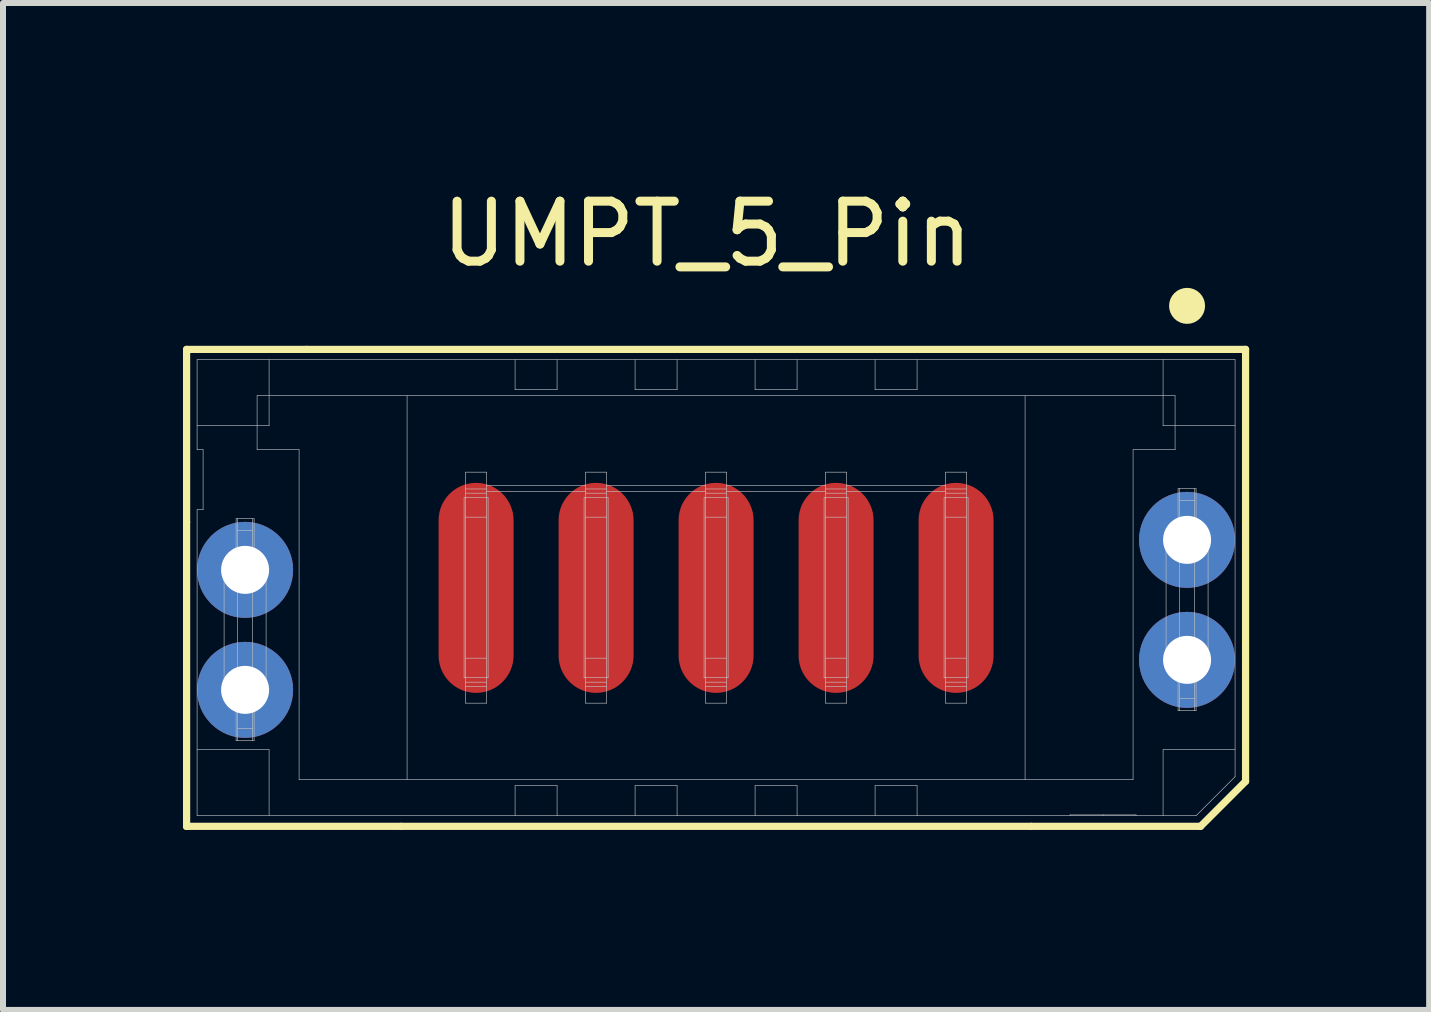
<source format=kicad_pcb>
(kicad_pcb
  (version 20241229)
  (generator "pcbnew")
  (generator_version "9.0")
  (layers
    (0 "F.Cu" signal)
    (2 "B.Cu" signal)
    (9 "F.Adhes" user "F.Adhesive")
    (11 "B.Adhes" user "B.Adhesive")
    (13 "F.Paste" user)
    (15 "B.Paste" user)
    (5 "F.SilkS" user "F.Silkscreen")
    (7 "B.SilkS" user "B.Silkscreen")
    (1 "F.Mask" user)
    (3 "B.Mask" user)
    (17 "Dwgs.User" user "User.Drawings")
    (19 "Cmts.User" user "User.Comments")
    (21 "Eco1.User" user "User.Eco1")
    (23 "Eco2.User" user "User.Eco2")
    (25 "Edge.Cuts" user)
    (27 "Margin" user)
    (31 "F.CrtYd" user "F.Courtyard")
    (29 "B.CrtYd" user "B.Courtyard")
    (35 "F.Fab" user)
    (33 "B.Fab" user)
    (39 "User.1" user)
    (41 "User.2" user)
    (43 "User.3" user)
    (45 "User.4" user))
  (footprint "UMPT_5_Pin"
    (layer "F.Cu")
    (at 8.885 6.748)
    (property "Reference" "UMPT_5_Pin" (at -0.15 -5.9 0) (layer "F.SilkS") (effects (font (size 1 1) (thickness 0.15))))
    (attr through_hole)
    (fp_line (start -8.825 -3.975) (end -6.825 -3.975) (stroke (width 0.12) (type solid)) (layer "F.SilkS"))
    (fp_line (start -8.825 -1.1) (end -8.825 -3.975) (stroke (width 0.12) (type solid)) (layer "F.SilkS"))
    (fp_line (start -8.825 3.975) (end -8.825 -1.1) (stroke (width 0.12) (type solid)) (layer "F.SilkS"))
    (fp_line (start -8.825 3.975) (end -5.25 3.975) (stroke (width 0.12) (type solid)) (layer "F.SilkS"))
    (fp_line (start -8.8 3.975) (end -8.825 3.975) (stroke (width 0.12) (type solid)) (layer "F.SilkS"))
    (fp_line (start -6.825 -3.975) (end 8.825 -3.975) (stroke (width 0.12) (type solid)) (layer "F.SilkS"))
    (fp_line (start -5.25 3.975) (end 5.25 3.975) (stroke (width 0.12) (type solid)) (layer "F.SilkS"))
    (fp_line (start 8.075 3.975) (end 5.25 3.975) (stroke (width 0.12) (type solid)) (layer "F.SilkS"))
    (fp_line (start 8.825 -3.975) (end 8.825 3.225) (stroke (width 0.12) (type solid)) (layer "F.SilkS"))
    (fp_line (start 8.825 3.225) (end 8.075 3.975) (stroke (width 0.12) (type solid)) (layer "F.SilkS"))
    (fp_circle (center 7.85 -4.7) (end 8 -4.7) (stroke (width 0.3) (type solid)) (fill no) (layer "F.SilkS"))
    (fp_line (start -8.65 -3.803) (end -8.65 -2.303) (stroke (width 0.01) (type solid)) (layer "Dwgs.User"))
    (fp_line (start -8.65 -2.303) (end -8.55 -2.303) (stroke (width 0.01) (type solid)) (layer "Dwgs.User"))
    (fp_line (start -8.65 -1.303) (end -8.65 3.797) (stroke (width 0.01) (type solid)) (layer "Dwgs.User"))
    (fp_line (start -8.65 2.697) (end -7.45 2.697) (stroke (width 0.01) (type solid)) (layer "Dwgs.User"))
    (fp_line (start -8.65 3.797) (end 8 3.797) (stroke (width 0.01) (type solid)) (layer "Dwgs.User"))
    (fp_line (start -8.55 -2.303) (end -8.55 -1.303) (stroke (width 0.01) (type solid)) (layer "Dwgs.User"))
    (fp_line (start -8.55 -1.303) (end -8.65 -1.303) (stroke (width 0.01) (type solid)) (layer "Dwgs.User"))
    (fp_line (start -8.2 -0.303) (end -8.2 1.697) (stroke (width 0.01) (type solid)) (layer "Dwgs.User"))
    (fp_line (start -8.2 1.697) (end -8 1.697) (stroke (width 0.01) (type solid)) (layer "Dwgs.User"))
    (fp_line (start -8 -1.153) (end -8 -0.303) (stroke (width 0.01) (type solid)) (layer "Dwgs.User"))
    (fp_line (start -8 -0.303) (end -8.2 -0.303) (stroke (width 0.01) (type solid)) (layer "Dwgs.User"))
    (fp_line (start -8 1.697) (end -8 2.547) (stroke (width 0.01) (type solid)) (layer "Dwgs.User"))
    (fp_line (start -8 2.547) (end -7.7 2.547) (stroke (width 0.01) (type solid)) (layer "Dwgs.User"))
    (fp_line (start -7.975 -1.153) (end -7.975 2.547) (stroke (width 0.01) (type solid)) (layer "Dwgs.User"))
    (fp_line (start -7.975 -0.559) (end -7.725 -0.559) (stroke (width 0.01) (type solid)) (layer "Dwgs.User"))
    (fp_line (start -7.975 1.441) (end -7.725 1.441) (stroke (width 0.01) (type solid)) (layer "Dwgs.User"))
    (fp_line (start -7.725 -1.153) (end -7.725 2.547) (stroke (width 0.01) (type solid)) (layer "Dwgs.User"))
    (fp_line (start -7.725 -0.953) (end -7.975 -0.953) (stroke (width 0.01) (type solid)) (layer "Dwgs.User"))
    (fp_line (start -7.725 -0.623) (end -7.975 -0.623) (stroke (width 0.01) (type solid)) (layer "Dwgs.User"))
    (fp_line (start -7.725 -0.373) (end -7.975 -0.373) (stroke (width 0.01) (type solid)) (layer "Dwgs.User"))
    (fp_line (start -7.725 -0.233) (end -7.975 -0.233) (stroke (width 0.01) (type solid)) (layer "Dwgs.User"))
    (fp_line (start -7.725 -0.153) (end -7.975 -0.153) (stroke (width 0.01) (type solid)) (layer "Dwgs.User"))
    (fp_line (start -7.725 -0.046) (end -7.975 -0.046) (stroke (width 0.01) (type solid)) (layer "Dwgs.User"))
    (fp_line (start -7.725 0.017) (end -7.975 0.017) (stroke (width 0.01) (type solid)) (layer "Dwgs.User"))
    (fp_line (start -7.725 1.377) (end -7.975 1.377) (stroke (width 0.01) (type solid)) (layer "Dwgs.User"))
    (fp_line (start -7.725 1.547) (end -7.975 1.547) (stroke (width 0.01) (type solid)) (layer "Dwgs.User"))
    (fp_line (start -7.725 1.627) (end -7.975 1.627) (stroke (width 0.01) (type solid)) (layer "Dwgs.User"))
    (fp_line (start -7.725 1.767) (end -7.975 1.767) (stroke (width 0.01) (type solid)) (layer "Dwgs.User"))
    (fp_line (start -7.725 1.954) (end -7.975 1.954) (stroke (width 0.01) (type solid)) (layer "Dwgs.User"))
    (fp_line (start -7.725 2.017) (end -7.975 2.017) (stroke (width 0.01) (type solid)) (layer "Dwgs.User"))
    (fp_line (start -7.725 2.347) (end -7.975 2.347) (stroke (width 0.01) (type solid)) (layer "Dwgs.User"))
    (fp_line (start -7.7 -1.153) (end -8 -1.153) (stroke (width 0.01) (type solid)) (layer "Dwgs.User"))
    (fp_line (start -7.7 -0.303) (end -7.7 -1.153) (stroke (width 0.01) (type solid)) (layer "Dwgs.User"))
    (fp_line (start -7.7 1.697) (end -7.5 1.697) (stroke (width 0.01) (type solid)) (layer "Dwgs.User"))
    (fp_line (start -7.7 2.547) (end -7.7 1.697) (stroke (width 0.01) (type solid)) (layer "Dwgs.User"))
    (fp_line (start -7.65 -3.203) (end -7.65 -2.303) (stroke (width 0.01) (type solid)) (layer "Dwgs.User"))
    (fp_line (start -7.65 -2.303) (end -6.95 -2.303) (stroke (width 0.01) (type solid)) (layer "Dwgs.User"))
    (fp_line (start -7.5 -0.303) (end -7.7 -0.303) (stroke (width 0.01) (type solid)) (layer "Dwgs.User"))
    (fp_line (start -7.5 1.697) (end -7.5 -0.303) (stroke (width 0.01) (type solid)) (layer "Dwgs.User"))
    (fp_line (start -7.45 -2.703) (end -8.65 -2.703) (stroke (width 0.01) (type solid)) (layer "Dwgs.User"))
    (fp_line (start -7.45 2.697) (end -7.45 3.797) (stroke (width 0.01) (type solid)) (layer "Dwgs.User"))
    (fp_line (start -7.45 -3.803) (end -7.45 -2.703) (stroke (width 0.01) (type solid)) (layer "Dwgs.User"))
    (fp_line (start -6.95 -2.303) (end -6.95 3.197) (stroke (width 0.01) (type solid)) (layer "Dwgs.User"))
    (fp_line (start -6.95 3.197) (end 6.95 3.197) (stroke (width 0.01) (type solid)) (layer "Dwgs.User"))
    (fp_line (start -5.15 3.197) (end -5.15 -3.203) (stroke (width 0.01) (type solid)) (layer "Dwgs.User"))
    (fp_line (start -4.2 -1.503) (end -4.2 1.497) (stroke (width 0.01) (type solid)) (layer "Dwgs.User"))
    (fp_line (start -4.2 1.497) (end -4.175 1.497) (stroke (width 0.01) (type solid)) (layer "Dwgs.User"))
    (fp_line (start -4.175 -1.928) (end -4.175 1.922) (stroke (width 0.01) (type solid)) (layer "Dwgs.User"))
    (fp_line (start -4.175 -1.648) (end -3.825 -1.648) (stroke (width 0.01) (type solid)) (layer "Dwgs.User"))
    (fp_line (start -4.175 -1.503) (end -4.2 -1.503) (stroke (width 0.01) (type solid)) (layer "Dwgs.User"))
    (fp_line (start -4.175 1.497) (end -3.825 1.497) (stroke (width 0.01) (type solid)) (layer "Dwgs.User"))
    (fp_line (start -3.825 -1.928) (end -4.175 -1.928) (stroke (width 0.01) (type solid)) (layer "Dwgs.User"))
    (fp_line (start -3.825 -1.578) (end -4.175 -1.578) (stroke (width 0.01) (type solid)) (layer "Dwgs.User"))
    (fp_line (start -3.825 -1.503) (end -4.175 -1.503) (stroke (width 0.01) (type solid)) (layer "Dwgs.User"))
    (fp_line (start -3.825 -1.178) (end -4.175 -1.178) (stroke (width 0.01) (type solid)) (layer "Dwgs.User"))
    (fp_line (start -3.825 1.172) (end -4.175 1.172) (stroke (width 0.01) (type solid)) (layer "Dwgs.User"))
    (fp_line (start -3.825 1.497) (end -3.8 1.497) (stroke (width 0.01) (type solid)) (layer "Dwgs.User"))
    (fp_line (start -3.825 1.572) (end -4.175 1.572) (stroke (width 0.01) (type solid)) (layer "Dwgs.User"))
    (fp_line (start -3.825 1.642) (end -4.175 1.642) (stroke (width 0.01) (type solid)) (layer "Dwgs.User"))
    (fp_line (start -3.825 1.922) (end -4.175 1.922) (stroke (width 0.01) (type solid)) (layer "Dwgs.User"))
    (fp_line (start -3.825 1.922) (end -3.825 -1.928) (stroke (width 0.01) (type solid)) (layer "Dwgs.User"))
    (fp_line (start -3.8 -1.503) (end -3.825 -1.503) (stroke (width 0.01) (type solid)) (layer "Dwgs.User"))
    (fp_line (start -3.8 1.497) (end -3.8 -1.503) (stroke (width 0.01) (type solid)) (layer "Dwgs.User"))
    (fp_line (start -3.35 -3.303) (end -3.35 -3.803) (stroke (width 0.01) (type solid)) (layer "Dwgs.User"))
    (fp_line (start -3.35 3.297) (end -3.35 3.797) (stroke (width 0.01) (type solid)) (layer "Dwgs.User"))
    (fp_line (start -2.65 -3.303) (end -3.35 -3.303) (stroke (width 0.01) (type solid)) (layer "Dwgs.User"))
    (fp_line (start -2.65 -3.303) (end -2.65 -3.803) (stroke (width 0.01) (type solid)) (layer "Dwgs.User"))
    (fp_line (start -2.65 3.297) (end -3.35 3.297) (stroke (width 0.01) (type solid)) (layer "Dwgs.User"))
    (fp_line (start -2.65 3.297) (end -2.65 3.797) (stroke (width 0.01) (type solid)) (layer "Dwgs.User"))
    (fp_line (start -2.2 -1.503) (end -2.2 1.497) (stroke (width 0.01) (type solid)) (layer "Dwgs.User"))
    (fp_line (start -2.2 1.497) (end -2.175 1.497) (stroke (width 0.01) (type solid)) (layer "Dwgs.User"))
    (fp_line (start -2.175 -1.928) (end -2.175 1.922) (stroke (width 0.01) (type solid)) (layer "Dwgs.User"))
    (fp_line (start -2.175 -1.703) (end -3.825 -1.703) (stroke (width 0.01) (type solid)) (layer "Dwgs.User"))
    (fp_line (start -2.175 -1.603) (end -3.825 -1.603) (stroke (width 0.01) (type solid)) (layer "Dwgs.User"))
    (fp_line (start -2.175 -1.503) (end -2.2 -1.503) (stroke (width 0.01) (type solid)) (layer "Dwgs.User"))
    (fp_line (start -2.175 1.497) (end -1.825 1.497) (stroke (width 0.01) (type solid)) (layer "Dwgs.User"))
    (fp_line (start -1.825 -1.928) (end -2.175 -1.928) (stroke (width 0.01) (type solid)) (layer "Dwgs.User"))
    (fp_line (start -1.825 -1.648) (end -2.175 -1.648) (stroke (width 0.01) (type solid)) (layer "Dwgs.User"))
    (fp_line (start -1.825 -1.578) (end -2.175 -1.578) (stroke (width 0.01) (type solid)) (layer "Dwgs.User"))
    (fp_line (start -1.825 -1.503) (end -2.175 -1.503) (stroke (width 0.01) (type solid)) (layer "Dwgs.User"))
    (fp_line (start -1.825 -1.178) (end -2.175 -1.178) (stroke (width 0.01) (type solid)) (layer "Dwgs.User"))
    (fp_line (start -1.825 1.172) (end -2.175 1.172) (stroke (width 0.01) (type solid)) (layer "Dwgs.User"))
    (fp_line (start -1.825 1.497) (end -1.8 1.497) (stroke (width 0.01) (type solid)) (layer "Dwgs.User"))
    (fp_line (start -1.825 1.572) (end -2.175 1.572) (stroke (width 0.01) (type solid)) (layer "Dwgs.User"))
    (fp_line (start -1.825 1.642) (end -2.175 1.642) (stroke (width 0.01) (type solid)) (layer "Dwgs.User"))
    (fp_line (start -1.825 1.922) (end -2.175 1.922) (stroke (width 0.01) (type solid)) (layer "Dwgs.User"))
    (fp_line (start -1.825 1.922) (end -1.825 -1.928) (stroke (width 0.01) (type solid)) (layer "Dwgs.User"))
    (fp_line (start -1.8 -1.503) (end -1.825 -1.503) (stroke (width 0.01) (type solid)) (layer "Dwgs.User"))
    (fp_line (start -1.8 1.497) (end -1.8 -1.503) (stroke (width 0.01) (type solid)) (layer "Dwgs.User"))
    (fp_line (start -1.35 -3.303) (end -1.35 -3.803) (stroke (width 0.01) (type solid)) (layer "Dwgs.User"))
    (fp_line (start -1.35 3.297) (end -1.35 3.797) (stroke (width 0.01) (type solid)) (layer "Dwgs.User"))
    (fp_line (start -0.65 -3.303) (end -1.35 -3.303) (stroke (width 0.01) (type solid)) (layer "Dwgs.User"))
    (fp_line (start -0.65 -3.303) (end -0.65 -3.803) (stroke (width 0.01) (type solid)) (layer "Dwgs.User"))
    (fp_line (start -0.65 3.297) (end -1.35 3.297) (stroke (width 0.01) (type solid)) (layer "Dwgs.User"))
    (fp_line (start -0.65 3.297) (end -0.65 3.797) (stroke (width 0.01) (type solid)) (layer "Dwgs.User"))
    (fp_line (start -0.2 -1.503) (end -0.2 1.497) (stroke (width 0.01) (type solid)) (layer "Dwgs.User"))
    (fp_line (start -0.2 1.497) (end -0.175 1.497) (stroke (width 0.01) (type solid)) (layer "Dwgs.User"))
    (fp_line (start -0.175 -1.928) (end -0.175 1.922) (stroke (width 0.01) (type solid)) (layer "Dwgs.User"))
    (fp_line (start -0.175 -1.703) (end -1.825 -1.703) (stroke (width 0.01) (type solid)) (layer "Dwgs.User"))
    (fp_line (start -0.175 -1.603) (end -1.825 -1.603) (stroke (width 0.01) (type solid)) (layer "Dwgs.User"))
    (fp_line (start -0.175 -1.503) (end -0.2 -1.503) (stroke (width 0.01) (type solid)) (layer "Dwgs.User"))
    (fp_line (start -0.175 1.497) (end 0.175 1.497) (stroke (width 0.01) (type solid)) (layer "Dwgs.User"))
    (fp_line (start 0.175 -1.928) (end -0.175 -1.928) (stroke (width 0.01) (type solid)) (layer "Dwgs.User"))
    (fp_line (start 0.175 -1.648) (end -0.175 -1.648) (stroke (width 0.01) (type solid)) (layer "Dwgs.User"))
    (fp_line (start 0.175 -1.578) (end -0.175 -1.578) (stroke (width 0.01) (type solid)) (layer "Dwgs.User"))
    (fp_line (start 0.175 -1.503) (end -0.175 -1.503) (stroke (width 0.01) (type solid)) (layer "Dwgs.User"))
    (fp_line (start 0.175 -1.178) (end -0.175 -1.178) (stroke (width 0.01) (type solid)) (layer "Dwgs.User"))
    (fp_line (start 0.175 1.172) (end -0.175 1.172) (stroke (width 0.01) (type solid)) (layer "Dwgs.User"))
    (fp_line (start 0.175 1.497) (end 0.2 1.497) (stroke (width 0.01) (type solid)) (layer "Dwgs.User"))
    (fp_line (start 0.175 1.572) (end -0.175 1.572) (stroke (width 0.01) (type solid)) (layer "Dwgs.User"))
    (fp_line (start 0.175 1.642) (end -0.175 1.642) (stroke (width 0.01) (type solid)) (layer "Dwgs.User"))
    (fp_line (start 0.175 1.922) (end -0.175 1.922) (stroke (width 0.01) (type solid)) (layer "Dwgs.User"))
    (fp_line (start 0.175 1.922) (end 0.175 -1.928) (stroke (width 0.01) (type solid)) (layer "Dwgs.User"))
    (fp_line (start 0.2 -1.503) (end 0.175 -1.503) (stroke (width 0.01) (type solid)) (layer "Dwgs.User"))
    (fp_line (start 0.2 1.497) (end 0.2 -1.503) (stroke (width 0.01) (type solid)) (layer "Dwgs.User"))
    (fp_line (start 0.65 -3.303) (end 0.65 -3.803) (stroke (width 0.01) (type solid)) (layer "Dwgs.User"))
    (fp_line (start 0.65 3.297) (end 0.65 3.797) (stroke (width 0.01) (type solid)) (layer "Dwgs.User"))
    (fp_line (start 1.35 -3.303) (end 0.65 -3.303) (stroke (width 0.01) (type solid)) (layer "Dwgs.User"))
    (fp_line (start 1.35 -3.303) (end 1.35 -3.803) (stroke (width 0.01) (type solid)) (layer "Dwgs.User"))
    (fp_line (start 1.35 3.297) (end 0.65 3.297) (stroke (width 0.01) (type solid)) (layer "Dwgs.User"))
    (fp_line (start 1.35 3.297) (end 1.35 3.797) (stroke (width 0.01) (type solid)) (layer "Dwgs.User"))
    (fp_line (start 1.8 -1.503) (end 1.8 1.497) (stroke (width 0.01) (type solid)) (layer "Dwgs.User"))
    (fp_line (start 1.8 1.497) (end 1.825 1.497) (stroke (width 0.01) (type solid)) (layer "Dwgs.User"))
    (fp_line (start 1.825 -1.928) (end 1.825 1.922) (stroke (width 0.01) (type solid)) (layer "Dwgs.User"))
    (fp_line (start 1.825 -1.703) (end 0.175 -1.703) (stroke (width 0.01) (type solid)) (layer "Dwgs.User"))
    (fp_line (start 1.825 -1.603) (end 0.175 -1.603) (stroke (width 0.01) (type solid)) (layer "Dwgs.User"))
    (fp_line (start 1.825 -1.503) (end 1.8 -1.503) (stroke (width 0.01) (type solid)) (layer "Dwgs.User"))
    (fp_line (start 1.825 1.497) (end 2.175 1.497) (stroke (width 0.01) (type solid)) (layer "Dwgs.User"))
    (fp_line (start 2.175 -1.928) (end 1.825 -1.928) (stroke (width 0.01) (type solid)) (layer "Dwgs.User"))
    (fp_line (start 2.175 -1.648) (end 1.825 -1.648) (stroke (width 0.01) (type solid)) (layer "Dwgs.User"))
    (fp_line (start 2.175 -1.578) (end 1.825 -1.578) (stroke (width 0.01) (type solid)) (layer "Dwgs.User"))
    (fp_line (start 2.175 -1.503) (end 1.825 -1.503) (stroke (width 0.01) (type solid)) (layer "Dwgs.User"))
    (fp_line (start 2.175 -1.178) (end 1.825 -1.178) (stroke (width 0.01) (type solid)) (layer "Dwgs.User"))
    (fp_line (start 2.175 1.172) (end 1.825 1.172) (stroke (width 0.01) (type solid)) (layer "Dwgs.User"))
    (fp_line (start 2.175 1.497) (end 2.2 1.497) (stroke (width 0.01) (type solid)) (layer "Dwgs.User"))
    (fp_line (start 2.175 1.572) (end 1.825 1.572) (stroke (width 0.01) (type solid)) (layer "Dwgs.User"))
    (fp_line (start 2.175 1.642) (end 1.825 1.642) (stroke (width 0.01) (type solid)) (layer "Dwgs.User"))
    (fp_line (start 2.175 1.922) (end 1.825 1.922) (stroke (width 0.01) (type solid)) (layer "Dwgs.User"))
    (fp_line (start 2.175 1.922) (end 2.175 -1.928) (stroke (width 0.01) (type solid)) (layer "Dwgs.User"))
    (fp_line (start 2.2 -1.503) (end 2.175 -1.503) (stroke (width 0.01) (type solid)) (layer "Dwgs.User"))
    (fp_line (start 2.2 1.497) (end 2.2 -1.503) (stroke (width 0.01) (type solid)) (layer "Dwgs.User"))
    (fp_line (start 2.65 -3.303) (end 2.65 -3.803) (stroke (width 0.01) (type solid)) (layer "Dwgs.User"))
    (fp_line (start 2.65 3.297) (end 2.65 3.797) (stroke (width 0.01) (type solid)) (layer "Dwgs.User"))
    (fp_line (start 3.35 -3.303) (end 2.65 -3.303) (stroke (width 0.01) (type solid)) (layer "Dwgs.User"))
    (fp_line (start 3.35 -3.303) (end 3.35 -3.803) (stroke (width 0.01) (type solid)) (layer "Dwgs.User"))
    (fp_line (start 3.35 3.297) (end 2.65 3.297) (stroke (width 0.01) (type solid)) (layer "Dwgs.User"))
    (fp_line (start 3.35 3.297) (end 3.35 3.797) (stroke (width 0.01) (type solid)) (layer "Dwgs.User"))
    (fp_line (start 3.8 -1.503) (end 3.8 1.497) (stroke (width 0.01) (type solid)) (layer "Dwgs.User"))
    (fp_line (start 3.8 1.497) (end 3.825 1.497) (stroke (width 0.01) (type solid)) (layer "Dwgs.User"))
    (fp_line (start 3.825 -1.928) (end 3.825 1.922) (stroke (width 0.01) (type solid)) (layer "Dwgs.User"))
    (fp_line (start 3.825 -1.703) (end 2.175 -1.703) (stroke (width 0.01) (type solid)) (layer "Dwgs.User"))
    (fp_line (start 3.825 -1.603) (end 2.175 -1.603) (stroke (width 0.01) (type solid)) (layer "Dwgs.User"))
    (fp_line (start 3.825 -1.503) (end 3.8 -1.503) (stroke (width 0.01) (type solid)) (layer "Dwgs.User"))
    (fp_line (start 3.825 1.497) (end 4.175 1.497) (stroke (width 0.01) (type solid)) (layer "Dwgs.User"))
    (fp_line (start 4.175 -1.928) (end 3.825 -1.928) (stroke (width 0.01) (type solid)) (layer "Dwgs.User"))
    (fp_line (start 4.175 -1.648) (end 3.825 -1.648) (stroke (width 0.01) (type solid)) (layer "Dwgs.User"))
    (fp_line (start 4.175 -1.578) (end 3.825 -1.578) (stroke (width 0.01) (type solid)) (layer "Dwgs.User"))
    (fp_line (start 4.175 -1.503) (end 3.825 -1.503) (stroke (width 0.01) (type solid)) (layer "Dwgs.User"))
    (fp_line (start 4.175 -1.178) (end 3.825 -1.178) (stroke (width 0.01) (type solid)) (layer "Dwgs.User"))
    (fp_line (start 4.175 1.172) (end 3.825 1.172) (stroke (width 0.01) (type solid)) (layer "Dwgs.User"))
    (fp_line (start 4.175 1.497) (end 4.2 1.497) (stroke (width 0.01) (type solid)) (layer "Dwgs.User"))
    (fp_line (start 4.175 1.572) (end 3.825 1.572) (stroke (width 0.01) (type solid)) (layer "Dwgs.User"))
    (fp_line (start 4.175 1.642) (end 3.825 1.642) (stroke (width 0.01) (type solid)) (layer "Dwgs.User"))
    (fp_line (start 4.175 1.922) (end 3.825 1.922) (stroke (width 0.01) (type solid)) (layer "Dwgs.User"))
    (fp_line (start 4.175 1.922) (end 4.175 -1.928) (stroke (width 0.01) (type solid)) (layer "Dwgs.User"))
    (fp_line (start 4.2 -1.503) (end 4.175 -1.503) (stroke (width 0.01) (type solid)) (layer "Dwgs.User"))
    (fp_line (start 4.2 1.497) (end 4.2 -1.503) (stroke (width 0.01) (type solid)) (layer "Dwgs.User"))
    (fp_line (start 5.15 -3.203) (end 5.15 3.197) (stroke (width 0.01) (type solid)) (layer "Dwgs.User"))
    (fp_line (start 5.9 3.784) (end 5.9 3.797) (stroke (width 0.01) (type solid)) (layer "Dwgs.User"))
    (fp_line (start 6.45 3.784) (end 6.45 3.797) (stroke (width 0.01) (type solid)) (layer "Dwgs.User"))
    (fp_line (start 6.95 -2.303) (end 7.65 -2.303) (stroke (width 0.01) (type solid)) (layer "Dwgs.User"))
    (fp_line (start 6.95 3.197) (end 6.95 -2.303) (stroke (width 0.01) (type solid)) (layer "Dwgs.User"))
    (fp_line (start 7 3.784) (end 5.9 3.784) (stroke (width 0.01) (type solid)) (layer "Dwgs.User"))
    (fp_line (start 7 3.784) (end 7 3.797) (stroke (width 0.01) (type solid)) (layer "Dwgs.User"))
    (fp_line (start 7.45 3.797) (end 7.45 2.697) (stroke (width 0.01) (type solid)) (layer "Dwgs.User"))
    (fp_line (start 7.45 -2.703) (end 7.45 -3.803) (stroke (width 0.01) (type solid)) (layer "Dwgs.User"))
    (fp_line (start 7.45 2.697) (end 8.65 2.697) (stroke (width 0.01) (type solid)) (layer "Dwgs.User"))
    (fp_line (start 7.5 -0.803) (end 7.5 1.197) (stroke (width 0.01) (type solid)) (layer "Dwgs.User"))
    (fp_line (start 7.5 1.197) (end 7.7 1.197) (stroke (width 0.01) (type solid)) (layer "Dwgs.User"))
    (fp_line (start 7.65 -3.203) (end -7.65 -3.203) (stroke (width 0.01) (type solid)) (layer "Dwgs.User"))
    (fp_line (start 7.65 -2.303) (end 7.65 -3.203) (stroke (width 0.01) (type solid)) (layer "Dwgs.User"))
    (fp_line (start 7.7 -1.653) (end 7.7 -0.803) (stroke (width 0.01) (type solid)) (layer "Dwgs.User"))
    (fp_line (start 7.7 -0.803) (end 7.5 -0.803) (stroke (width 0.01) (type solid)) (layer "Dwgs.User"))
    (fp_line (start 7.7 1.197) (end 7.7 2.047) (stroke (width 0.01) (type solid)) (layer "Dwgs.User"))
    (fp_line (start 7.7 2.047) (end 8 2.047) (stroke (width 0.01) (type solid)) (layer "Dwgs.User"))
    (fp_line (start 7.725 -1.653) (end 7.725 2.047) (stroke (width 0.01) (type solid)) (layer "Dwgs.User"))
    (fp_line (start 7.725 -1.059) (end 7.975 -1.059) (stroke (width 0.01) (type solid)) (layer "Dwgs.User"))
    (fp_line (start 7.725 0.941) (end 7.975 0.941) (stroke (width 0.01) (type solid)) (layer "Dwgs.User"))
    (fp_line (start 7.975 -1.653) (end 7.975 2.047) (stroke (width 0.01) (type solid)) (layer "Dwgs.User"))
    (fp_line (start 7.975 -1.453) (end 7.725 -1.453) (stroke (width 0.01) (type solid)) (layer "Dwgs.User"))
    (fp_line (start 7.975 -1.123) (end 7.725 -1.123) (stroke (width 0.01) (type solid)) (layer "Dwgs.User"))
    (fp_line (start 7.975 -0.873) (end 7.725 -0.873) (stroke (width 0.01) (type solid)) (layer "Dwgs.User"))
    (fp_line (start 7.975 -0.733) (end 7.725 -0.733) (stroke (width 0.01) (type solid)) (layer "Dwgs.User"))
    (fp_line (start 7.975 -0.653) (end 7.725 -0.653) (stroke (width 0.01) (type solid)) (layer "Dwgs.User"))
    (fp_line (start 7.975 -0.546) (end 7.725 -0.546) (stroke (width 0.01) (type solid)) (layer "Dwgs.User"))
    (fp_line (start 7.975 -0.483) (end 7.725 -0.483) (stroke (width 0.01) (type solid)) (layer "Dwgs.User"))
    (fp_line (start 7.975 0.877) (end 7.725 0.877) (stroke (width 0.01) (type solid)) (layer "Dwgs.User"))
    (fp_line (start 7.975 1.047) (end 7.725 1.047) (stroke (width 0.01) (type solid)) (layer "Dwgs.User"))
    (fp_line (start 7.975 1.127) (end 7.725 1.127) (stroke (width 0.01) (type solid)) (layer "Dwgs.User"))
    (fp_line (start 7.975 1.267) (end 7.725 1.267) (stroke (width 0.01) (type solid)) (layer "Dwgs.User"))
    (fp_line (start 7.975 1.454) (end 7.725 1.454) (stroke (width 0.01) (type solid)) (layer "Dwgs.User"))
    (fp_line (start 7.975 1.517) (end 7.725 1.517) (stroke (width 0.01) (type solid)) (layer "Dwgs.User"))
    (fp_line (start 7.975 1.847) (end 7.725 1.847) (stroke (width 0.01) (type solid)) (layer "Dwgs.User"))
    (fp_line (start 8 -1.653) (end 7.7 -1.653) (stroke (width 0.01) (type solid)) (layer "Dwgs.User"))
    (fp_line (start 8 -0.803) (end 8 -1.653) (stroke (width 0.01) (type solid)) (layer "Dwgs.User"))
    (fp_line (start 8 1.197) (end 8.2 1.197) (stroke (width 0.01) (type solid)) (layer "Dwgs.User"))
    (fp_line (start 8 2.047) (end 8 1.197) (stroke (width 0.01) (type solid)) (layer "Dwgs.User"))
    (fp_line (start 8 3.797) (end 8.65 3.147) (stroke (width 0.01) (type solid)) (layer "Dwgs.User"))
    (fp_line (start 8.2 -0.803) (end 8 -0.803) (stroke (width 0.01) (type solid)) (layer "Dwgs.User"))
    (fp_line (start 8.2 1.197) (end 8.2 -0.803) (stroke (width 0.01) (type solid)) (layer "Dwgs.User"))
    (fp_line (start 8.65 -3.803) (end -8.65 -3.803) (stroke (width 0.01) (type solid)) (layer "Dwgs.User"))
    (fp_line (start 8.65 -2.703) (end 7.45 -2.703) (stroke (width 0.01) (type solid)) (layer "Dwgs.User"))
    (fp_line (start 8.65 3.147) (end 8.65 -3.803) (stroke (width 0.01) (type solid)) (layer "Dwgs.User"))
    (pad "1" smd oval (at 4 0) (size 1.25 3.5) (layers "F.Cu" "F.Mask" "F.Paste"))
    (pad "2" smd oval (at 2 0) (size 1.25 3.5) (layers "F.Cu" "F.Mask" "F.Paste"))
    (pad "3" smd oval (at 0 0) (size 1.25 3.5) (layers "F.Cu" "F.Mask" "F.Paste"))
    (pad "4" smd oval (at -2 0) (size 1.25 3.5) (layers "F.Cu" "F.Mask" "F.Paste"))
    (pad "5" smd oval (at -4 0) (size 1.25 3.5) (layers "F.Cu" "F.Mask" "F.Paste"))
    (pad "6" thru_hole circle (at -7.85 -0.3) (size 1.6 1.6) (drill 0.8) (layers "*.Cu" "*.Mask"))
    (pad "7" thru_hole circle (at -7.85 1.7) (size 1.6 1.6) (drill 0.8) (layers "*.Cu" "*.Mask"))
    (pad "8" thru_hole circle (at 7.85 -0.8) (size 1.6 1.6) (drill 0.8) (layers "*.Cu" "*.Mask"))
    (pad "9" thru_hole circle (at 7.85 1.2) (size 1.6 1.6) (drill 0.8) (layers "*.Cu" "*.Mask")))
  (gr_rect
    (start -3 -3)
    (end 20.77 13.783)
    (stroke (width 0.1) (type default))
    (fill no)
    (layer "Edge.Cuts")))
</source>
